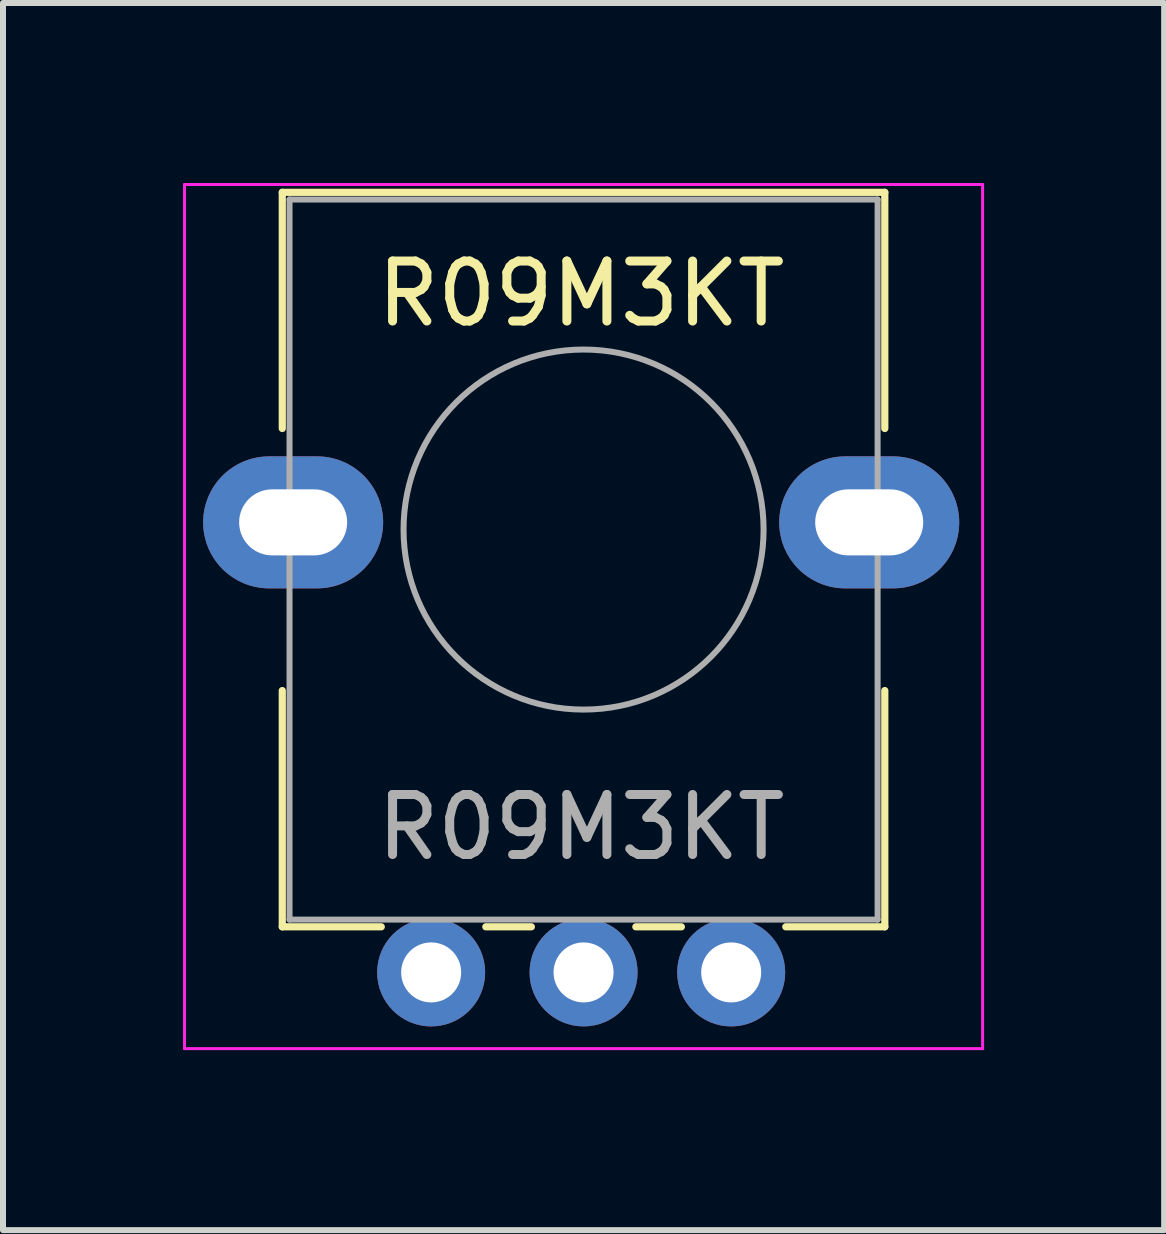
<source format=kicad_pcb>
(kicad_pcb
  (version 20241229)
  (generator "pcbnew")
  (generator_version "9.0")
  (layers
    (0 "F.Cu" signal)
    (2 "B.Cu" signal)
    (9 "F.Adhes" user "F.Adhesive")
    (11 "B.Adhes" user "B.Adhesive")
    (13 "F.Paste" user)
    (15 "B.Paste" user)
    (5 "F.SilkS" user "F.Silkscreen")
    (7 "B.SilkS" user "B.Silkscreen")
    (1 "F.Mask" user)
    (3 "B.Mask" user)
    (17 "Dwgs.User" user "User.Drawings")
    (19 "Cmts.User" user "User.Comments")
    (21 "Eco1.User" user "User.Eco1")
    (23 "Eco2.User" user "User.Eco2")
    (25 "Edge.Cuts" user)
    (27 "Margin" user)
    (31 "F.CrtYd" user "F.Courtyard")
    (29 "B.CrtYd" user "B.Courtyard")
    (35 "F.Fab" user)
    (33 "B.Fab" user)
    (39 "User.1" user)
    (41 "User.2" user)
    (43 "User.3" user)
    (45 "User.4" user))
  (footprint "R09M3KT"
    (layer "F.Cu")
    (at 6.635 5.655)
    (property "Reference" "R09M3KT" (at 0 -3.81 180) (layer "F.SilkS") (effects (font (size 1 1) (thickness 0.15))))
    (attr through_hole)
    (fp_line (start -4.981 -5.5) (end 5.06 -5.5) (stroke (width 0.12) (type solid)) (layer "F.SilkS"))
    (fp_line (start -4.981 -1.564) (end -4.981 -5.5) (stroke (width 0.12) (type solid)) (layer "F.SilkS"))
    (fp_line (start -4.981 6.74) (end -4.981 2.803) (stroke (width 0.12) (type solid)) (layer "F.SilkS"))
    (fp_line (start -4.981 6.74) (end -3.331 6.74) (stroke (width 0.12) (type solid)) (layer "F.SilkS"))
    (fp_line (start -1.589 6.74) (end -0.83 6.74) (stroke (width 0.12) (type solid)) (layer "F.SilkS"))
    (fp_line (start 0.911 6.74) (end 1.67 6.74) (stroke (width 0.12) (type solid)) (layer "F.SilkS"))
    (fp_line (start 3.41 6.74) (end 5.06 6.74) (stroke (width 0.12) (type solid)) (layer "F.SilkS"))
    (fp_line (start 5.06 -1.564) (end 5.06 -5.5) (stroke (width 0.12) (type solid)) (layer "F.SilkS"))
    (fp_line (start 5.06 6.74) (end 5.06 2.803) (stroke (width 0.12) (type solid)) (layer "F.SilkS"))
    (fp_line (start -6.61 -5.63) (end -6.61 8.77) (stroke (width 0.05) (type solid)) (layer "F.CrtYd"))
    (fp_line (start -6.61 8.77) (end 6.69 8.77) (stroke (width 0.05) (type solid)) (layer "F.CrtYd"))
    (fp_line (start 6.69 -5.63) (end -6.61 -5.63) (stroke (width 0.05) (type solid)) (layer "F.CrtYd"))
    (fp_line (start 6.69 8.77) (end 6.69 -5.63) (stroke (width 0.05) (type solid)) (layer "F.CrtYd"))
    (fp_line (start -4.86 -5.38) (end -4.86 6.62) (stroke (width 0.1) (type solid)) (layer "F.Fab"))
    (fp_line (start -4.86 6.62) (end 4.94 6.62) (stroke (width 0.1) (type solid)) (layer "F.Fab"))
    (fp_line (start 4.94 -5.38) (end -4.86 -5.38) (stroke (width 0.1) (type solid)) (layer "F.Fab"))
    (fp_line (start 4.94 6.62) (end 4.94 -5.38) (stroke (width 0.1) (type solid)) (layer "F.Fab"))
    (fp_circle (center 0.04 0.12) (end 0.04 -2.88) (stroke (width 0.1) (type solid)) (fill no) (layer "F.Fab"))
    (fp_text user "${REFERENCE}" (at 0 5.08 180) (layer "F.Fab") (effects (font (size 1 1) (thickness 0.15))))
    (pad "" np_thru_hole oval (at -4.8 0) (size 3 2.2) (drill oval 1.8 1.1) (layers "*.Cu" "*.Mask"))
    (pad "" np_thru_hole oval (at 4.8 0) (size 3 2.2) (drill oval 1.8 1.1) (layers "*.Cu" "*.Mask"))
    (pad "1" thru_hole circle (at 2.5 7.5 90) (size 1.8 1.8) (drill 1) (layers "*.Cu" "*.Mask"))
    (pad "2" thru_hole circle (at 0.04 7.5 90) (size 1.8 1.8) (drill 1) (layers "*.Cu" "*.Mask"))
    (pad "3" thru_hole circle (at -2.5 7.5 90) (size 1.8 1.8) (drill 1) (layers "*.Cu" "*.Mask")))
  (gr_rect
    (start -3 -3)
    (end 16.35 17.45)
    (stroke (width 0.1) (type default))
    (fill no)
    (layer "Edge.Cuts")))
</source>
